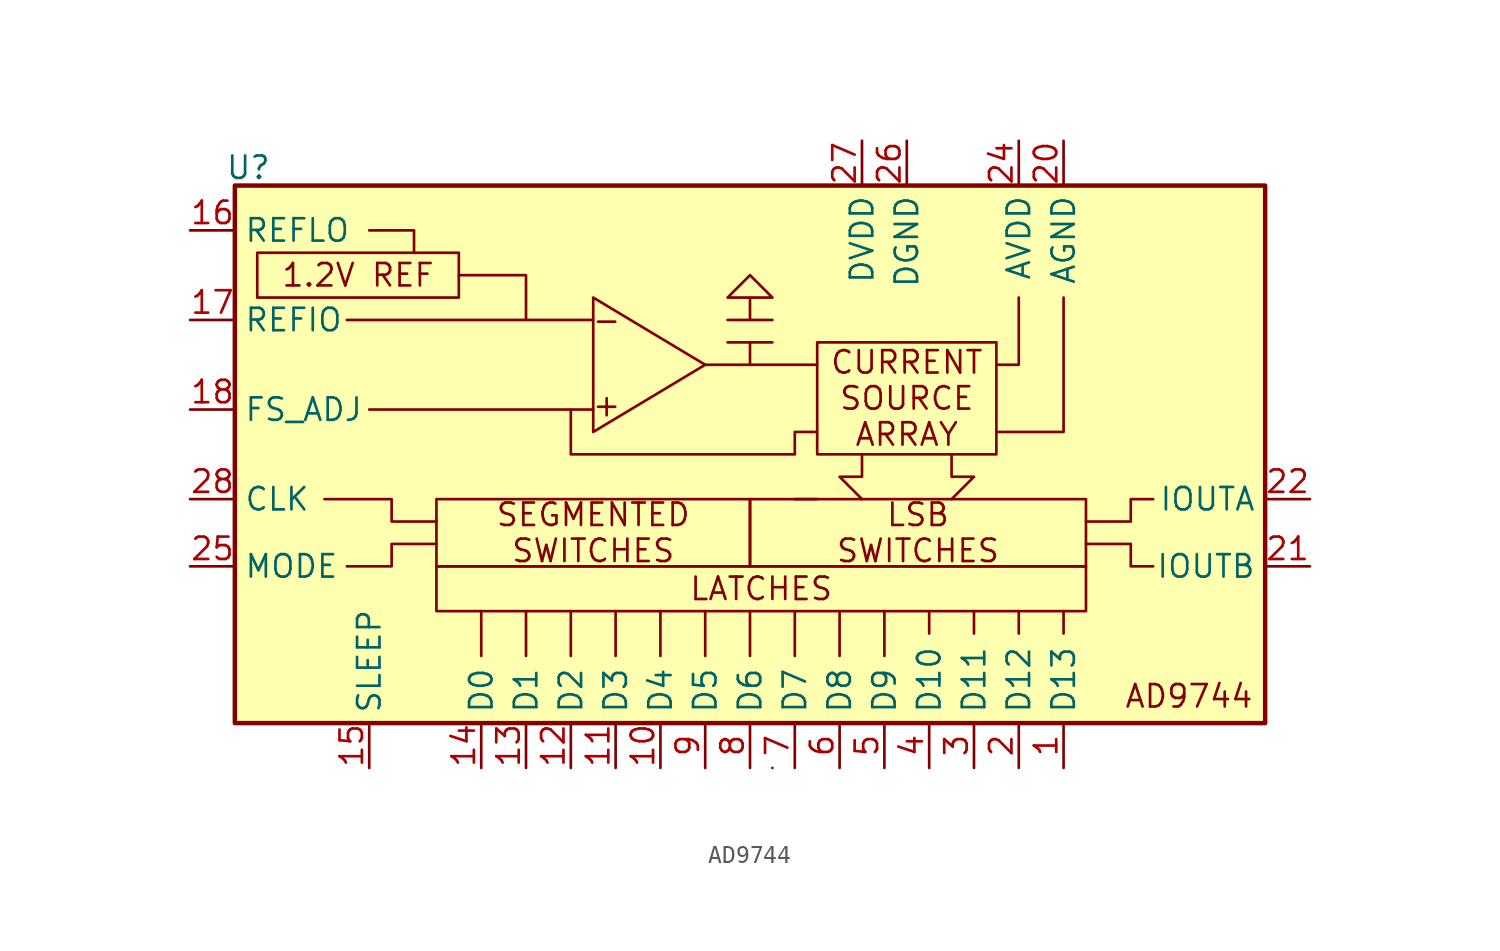
<source format=kicad_sym>
(kicad_symbol_lib
  (version 20241209)
  (generator "kicad_symbol_editor")
  (generator_version "9.0")
  (symbol "AD9744"
    (property "Reference" "U"
      (at 0.762 1.016 0)
      (effects (font (size 1.27 1.27))))
    (property "Value" ""
      (at 0 0 0)
      (effects (font (size 1.27 1.27))))
    (symbol "AD9744_1_1"
      (rectangle (start 0 0) (end 58.42 -30.48) (stroke (width 0.254) (type solid)) (fill (type color) (color 255 255 176 1)))
      (polyline (pts (xy 5.08 -17.78) (xy 8.89 -17.78) (xy 8.89 -19.05) (xy 11.43 -19.05)) (stroke (width 0) (type solid)) (fill (type none)))
      (polyline (pts (xy 6.35 -7.62) (xy 20.32 -7.62)) (stroke (width 0) (type solid)) (fill (type none)))
      (polyline (pts (xy 7.62 -2.54) (xy 10.16 -2.54) (xy 10.16 -3.81)) (stroke (width 0) (type solid)) (fill (type none)))
      (polyline (pts (xy 11.43 -20.32) (xy 8.89 -20.32) (xy 8.89 -21.59) (xy 6.35 -21.59)) (stroke (width 0) (type solid)) (fill (type none)))
      (polyline (pts (xy 12.7 -5.08) (xy 16.51 -5.08) (xy 16.51 -7.62)) (stroke (width 0) (type solid)) (fill (type none)))
      (polyline (pts (xy 13.97 -26.67) (xy 13.97 -24.13)) (stroke (width 0) (type solid)) (fill (type none)))
      (polyline (pts (xy 16.51 -26.67) (xy 16.51 -24.13)) (stroke (width 0) (type solid)) (fill (type none)))
      (polyline (pts (xy 19.05 -12.7) (xy 7.62 -12.7)) (stroke (width 0) (type solid)) (fill (type none)))
      (polyline (pts (xy 19.05 -26.67) (xy 19.05 -24.13)) (stroke (width 0) (type solid)) (fill (type none)))
      (polyline (pts (xy 20.32 -6.35) (xy 20.32 -13.97) (xy 26.67 -10.16) (xy 20.32 -6.35)) (stroke (width 0) (type default)) (fill (type none)))
      (polyline (pts (xy 20.32 -12.7) (xy 19.05 -12.7) (xy 19.05 -15.24) (xy 31.75 -15.24) (xy 31.75 -13.97) (xy 33.02 -13.97)) (stroke (width 0) (type solid)) (fill (type none)))
      (polyline (pts (xy 21.59 -26.67) (xy 21.59 -24.13)) (stroke (width 0) (type solid)) (fill (type none)))
      (polyline (pts (xy 24.13 -26.67) (xy 24.13 -24.13)) (stroke (width 0) (type solid)) (fill (type none)))
      (polyline (pts (xy 26.67 -10.16) (xy 29.21 -10.16) (xy 29.21 -8.89)) (stroke (width 0) (type default)) (fill (type none)))
      (polyline (pts (xy 26.67 -26.67) (xy 26.67 -24.13)) (stroke (width 0) (type solid)) (fill (type none)))
      (polyline (pts (xy 27.94 -7.62) (xy 30.48 -7.62)) (stroke (width 0) (type default)) (fill (type none)))
      (polyline (pts (xy 27.94 -8.89) (xy 30.48 -8.89)) (stroke (width 0) (type default)) (fill (type none)))
      (polyline (pts (xy 29.21 -7.62) (xy 29.21 -6.35) (xy 27.94 -6.35) (xy 29.21 -5.08) (xy 30.48 -6.35) (xy 29.21 -6.35)) (stroke (width 0) (type default)) (fill (type none)))
      (polyline (pts (xy 29.21 -10.16) (xy 33.02 -10.16)) (stroke (width 0) (type default)) (fill (type none)))
      (polyline (pts (xy 29.21 -26.67) (xy 29.21 -24.13)) (stroke (width 0) (type solid)) (fill (type none)))
      (rectangle (start 30.48 -33.02) (end 30.48 -33.02) (stroke (width 0) (type default)) (fill (type none)))
      (polyline (pts (xy 31.75 -17.78) (xy 33.02 -17.78)) (stroke (width 0) (type solid)) (fill (type none)))
      (polyline (pts (xy 31.75 -26.67) (xy 31.75 -24.13)) (stroke (width 0) (type solid)) (fill (type none)))
      (polyline (pts (xy 34.29 -26.67) (xy 34.29 -24.13)) (stroke (width 0) (type solid)) (fill (type none)))
      (polyline (pts (xy 35.56 -15.24) (xy 35.56 -16.51) (xy 34.29 -16.51) (xy 35.56 -17.78)) (stroke (width 0) (type solid)) (fill (type none)))
      (polyline (pts (xy 36.83 -26.67) (xy 36.83 -24.13)) (stroke (width 0) (type solid)) (fill (type none)))
      (polyline (pts (xy 39.37 -25.4) (xy 39.37 -24.13)) (stroke (width 0) (type solid)) (fill (type none)))
      (polyline (pts (xy 40.64 -15.24) (xy 40.64 -16.51) (xy 41.91 -16.51) (xy 40.64 -17.78)) (stroke (width 0) (type solid)) (fill (type none)))
      (polyline (pts (xy 41.91 -25.4) (xy 41.91 -24.13)) (stroke (width 0) (type solid)) (fill (type none)))
      (polyline (pts (xy 44.45 -6.35) (xy 44.45 -10.16) (xy 43.18 -10.16)) (stroke (width 0) (type solid)) (fill (type none)))
      (polyline (pts (xy 44.45 -25.4) (xy 44.45 -24.13)) (stroke (width 0) (type solid)) (fill (type none)))
      (polyline (pts (xy 46.99 -6.35) (xy 46.99 -13.97) (xy 43.18 -13.97)) (stroke (width 0) (type solid)) (fill (type none)))
      (polyline (pts (xy 46.99 -25.4) (xy 46.99 -24.13)) (stroke (width 0) (type solid)) (fill (type none)))
      (polyline (pts (xy 52.07 -17.78) (xy 50.8 -17.78) (xy 50.8 -19.05) (xy 48.26 -19.05)) (stroke (width 0) (type solid)) (fill (type none)))
      (polyline (pts (xy 52.07 -21.59) (xy 50.8 -21.59) (xy 50.8 -20.32) (xy 48.26 -20.32)) (stroke (width 0) (type solid)) (fill (type none)))
      (text "-" (at 21.082 -7.62 0) (effects (font (size 1.27 1.27))))
      (text "+" (at 21.082 -12.446 0) (effects (font (size 1.27 1.27))))
      (text "AD9744" (at 54.102 -28.956 0) (effects (font (size 1.27 1.27))))
      (text_box "1.2V REF" (at 1.27 -3.81 0) (size 11.43 -2.54) (margins 1.016 1.016 1.016 1.016) (stroke (width 0) (type solid)) (fill (type none)) (effects (font (size 1.27 1.27))))
      (text_box "SEGMENTED\nSWITCHES" (at 11.43 -17.78 0) (size 17.78 -3.81) (margins 1.016 1.016 1.016 1.016) (stroke (width 0) (type solid)) (fill (type none)) (effects (font (size 1.27 1.27))))
      (text_box "LATCHES" (at 11.43 -21.59 0) (size 36.83 -2.54) (margins 1.016 1.016 1.016 1.016) (stroke (width 0) (type solid)) (fill (type none)) (effects (font (size 1.27 1.27))))
      (text_box "LSB\nSWITCHES" (at 29.21 -17.78 0) (size 19.05 -3.81) (margins 1.016 1.016 1.016 1.016) (stroke (width 0) (type solid)) (fill (type none)) (effects (font (size 1.27 1.27))))
      (text_box "CURRENT\nSOURCE\nARRAY" (at 33.02 -8.89 0) (size 10.16 -6.35) (margins 1.016 1.016 1.016 1.016) (stroke (width 0) (type solid)) (fill (type none)) (effects (font (size 1.27 1.27))))
      (pin input line (at -2.54 -2.54 0) (length 2.54) (name "REFLO" (effects (font (size 1.27 1.27)))) (number "16" (effects (font (size 1.27 1.27)))))
      (pin input line (at -2.54 -7.62 0) (length 2.54) (name "REFIO" (effects (font (size 1.27 1.27)))) (number "17" (effects (font (size 1.27 1.27)))))
      (pin input line (at -2.54 -12.7 0) (length 2.54) (name "FS_ADJ" (effects (font (size 1.27 1.27)))) (number "18" (effects (font (size 1.27 1.27)))))
      (pin input line (at -2.54 -17.78 0) (length 2.54) (name "CLK" (effects (font (size 1.27 1.27)))) (number "28" (effects (font (size 1.27 1.27)))))
      (pin input line (at -2.54 -21.59 0) (length 2.54) (name "MODE" (effects (font (size 1.27 1.27)))) (number "25" (effects (font (size 1.27 1.27)))))
      (pin input line (at 7.62 -33.02 90) (length 2.54) (name "SLEEP" (effects (font (size 1.27 1.27)))) (number "15" (effects (font (size 1.27 1.27)))))
      (pin input line (at 13.97 -33.02 90) (length 2.54) (name "D0" (effects (font (size 1.27 1.27)))) (number "14" (effects (font (size 1.27 1.27)))))
      (pin input line (at 16.51 -33.02 90) (length 2.54) (name "D1" (effects (font (size 1.27 1.27)))) (number "13" (effects (font (size 1.27 1.27)))))
      (pin input line (at 19.05 -33.02 90) (length 2.54) (name "D2" (effects (font (size 1.27 1.27)))) (number "12" (effects (font (size 1.27 1.27)))))
      (pin input line (at 21.59 -33.02 90) (length 2.54) (name "D3" (effects (font (size 1.27 1.27)))) (number "11" (effects (font (size 1.27 1.27)))))
      (pin input line (at 24.13 -33.02 90) (length 2.54) (name "D4" (effects (font (size 1.27 1.27)))) (number "10" (effects (font (size 1.27 1.27)))))
      (pin input line (at 26.67 -33.02 90) (length 2.54) (name "D5" (effects (font (size 1.27 1.27)))) (number "9" (effects (font (size 1.27 1.27)))))
      (pin input line (at 29.21 -33.02 90) (length 2.54) (name "D6" (effects (font (size 1.27 1.27)))) (number "8" (effects (font (size 1.27 1.27)))))
      (pin input line (at 31.75 -33.02 90) (length 2.54) (name "D7" (effects (font (size 1.27 1.27)))) (number "7" (effects (font (size 1.27 1.27)))))
      (pin input line (at 34.29 -33.02 90) (length 2.54) (name "D8" (effects (font (size 1.27 1.27)))) (number "6" (effects (font (size 1.27 1.27)))))
      (pin power_in line (at 35.56 2.54 270) (length 2.54) (name "DVDD" (effects (font (size 1.27 1.27)))) (number "27" (effects (font (size 1.27 1.27)))))
      (pin input line (at 36.83 -33.02 90) (length 2.54) (name "D9" (effects (font (size 1.27 1.27)))) (number "5" (effects (font (size 1.27 1.27)))))
      (pin power_in line (at 38.1 2.54 270) (length 2.54) (name "DGND" (effects (font (size 1.27 1.27)))) (number "26" (effects (font (size 1.27 1.27)))))
      (pin input line (at 39.37 -33.02 90) (length 2.54) (name "D10" (effects (font (size 1.27 1.27)))) (number "4" (effects (font (size 1.27 1.27)))))
      (pin input line (at 41.91 -33.02 90) (length 2.54) (name "D11" (effects (font (size 1.27 1.27)))) (number "3" (effects (font (size 1.27 1.27)))))
      (pin power_in line (at 44.45 2.54 270) (length 2.54) (name "AVDD" (effects (font (size 1.27 1.27)))) (number "24" (effects (font (size 1.27 1.27)))))
      (pin input line (at 44.45 -33.02 90) (length 2.54) (name "D12" (effects (font (size 1.27 1.27)))) (number "2" (effects (font (size 1.27 1.27)))))
      (pin power_in line (at 46.99 2.54 270) (length 2.54) (name "AGND" (effects (font (size 1.27 1.27)))) (number "20" (effects (font (size 1.27 1.27)))))
      (pin input line (at 46.99 -33.02 90) (length 2.54) (name "D13" (effects (font (size 1.27 1.27)))) (number "1" (effects (font (size 1.27 1.27)))))
      (pin output line (at 60.96 -17.78 180) (length 2.54) (name "IOUTA" (effects (font (size 1.27 1.27)))) (number "22" (effects (font (size 1.27 1.27)))))
      (pin output line (at 60.96 -21.59 180) (length 2.54) (name "IOUTB" (effects (font (size 1.27 1.27)))) (number "21" (effects (font (size 1.27 1.27))))))))
</source>
